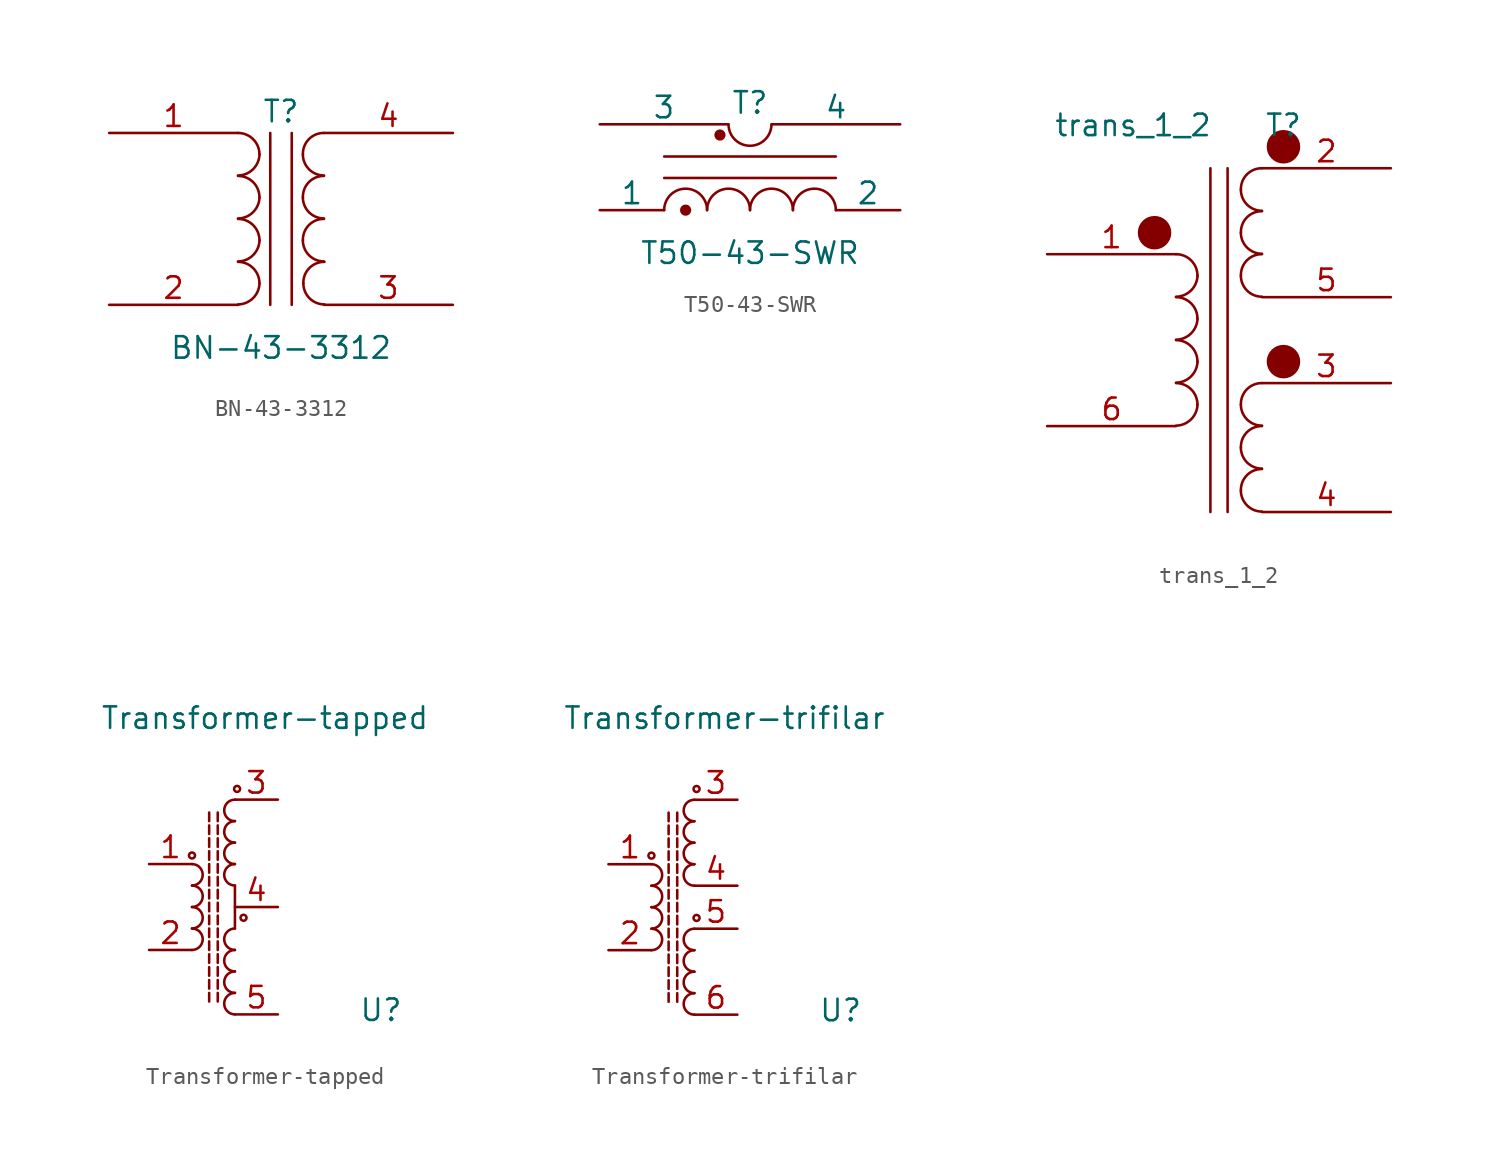
<source format=kicad_sym>
(kicad_symbol_lib
  (version 20211014)
  (generator kicad_symbol_editor)
  (symbol "BN-43-3312"
    (pin_names
      (offset 1.016) hide)
    (property "Reference" "T"
      (at 0 6.35 0)
      (effects (font (size 1.27 1.27))))
    (property "Value" "BN-43-3312"
      (at 0 -7.62 0)
      (effects (font (size 1.27 1.27))))
    (symbol "BN-43-3312_0_1"
      (arc (start -2.54 -5.0546) (mid -1.6561 -4.6863) (end -1.27 -3.81) (stroke (width 0) (type default) (color 0 0 0 0)) (fill (type none)))
      (arc (start -2.54 -2.5146) (mid -1.6561 -2.1463) (end -1.27 -1.27) (stroke (width 0) (type default) (color 0 0 0 0)) (fill (type none)))
      (arc (start -2.54 0.0254) (mid -1.6561 0.3937) (end -1.27 1.27) (stroke (width 0) (type default) (color 0 0 0 0)) (fill (type none)))
      (arc (start -2.54 2.5654) (mid -1.6561 2.9337) (end -1.27 3.81) (stroke (width 0) (type default) (color 0 0 0 0)) (fill (type none)))
      (arc (start -1.27 -3.81) (mid -1.642 -2.912) (end -2.54 -2.54) (stroke (width 0) (type default) (color 0 0 0 0)) (fill (type none)))
      (arc (start -1.27 -1.27) (mid -1.642 -0.372) (end -2.54 0) (stroke (width 0) (type default) (color 0 0 0 0)) (fill (type none)))
      (arc (start -1.27 1.27) (mid -1.642 2.168) (end -2.54 2.54) (stroke (width 0) (type default) (color 0 0 0 0)) (fill (type none)))
      (arc (start -1.27 3.81) (mid -1.642 4.708) (end -2.54 5.08) (stroke (width 0) (type default) (color 0 0 0 0)) (fill (type none)))
      (polyline (pts (xy -0.635 5.08) (xy -0.635 -5.08)) (stroke (width 0) (type default) (color 0 0 0 0)) (fill (type none)))
      (polyline (pts (xy 0.635 -5.08) (xy 0.635 5.08)) (stroke (width 0) (type default) (color 0 0 0 0)) (fill (type none)))
      (arc (start 1.2954 -1.27) (mid 1.6599 -2.1501) (end 2.54 -2.5146) (stroke (width 0) (type default) (color 0 0 0 0)) (fill (type none)))
      (arc (start 1.2954 1.27) (mid 1.6599 0.3899) (end 2.54 0.0254) (stroke (width 0) (type default) (color 0 0 0 0)) (fill (type none)))
      (arc (start 1.2954 3.81) (mid 1.6599 2.9299) (end 2.54 2.5654) (stroke (width 0) (type default) (color 0 0 0 0)) (fill (type none)))
      (arc (start 1.3208 -3.81) (mid 1.6853 -4.6901) (end 2.5654 -5.0546) (stroke (width 0) (type default) (color 0 0 0 0)) (fill (type none)))
      (arc (start 2.54 0) (mid 1.6456 -0.3683) (end 1.2954 -1.27) (stroke (width 0) (type default) (color 0 0 0 0)) (fill (type none)))
      (arc (start 2.54 2.54) (mid 1.6456 2.1717) (end 1.2954 1.27) (stroke (width 0) (type default) (color 0 0 0 0)) (fill (type none)))
      (arc (start 2.54 5.08) (mid 1.6456 4.7117) (end 1.2954 3.81) (stroke (width 0) (type default) (color 0 0 0 0)) (fill (type none)))
      (arc (start 2.5654 -2.54) (mid 1.671 -2.9083) (end 1.3208 -3.81) (stroke (width 0) (type default) (color 0 0 0 0)) (fill (type none))))
    (symbol "BN-43-3312_1_1"
      (pin passive line (at -10.16 5.08 0) (length 7.62) (name "AA" (effects (font (size 1.27 1.27)))) (number "1" (effects (font (size 1.27 1.27)))))
      (pin passive line (at -10.16 -5.08 0) (length 7.62) (name "AB" (effects (font (size 1.27 1.27)))) (number "2" (effects (font (size 1.27 1.27)))))
      (pin passive line (at 10.16 -5.08 180) (length 7.62) (name "SA" (effects (font (size 1.27 1.27)))) (number "3" (effects (font (size 1.27 1.27)))))
      (pin passive line (at 10.16 5.08 180) (length 7.62) (name "SB" (effects (font (size 1.27 1.27)))) (number "4" (effects (font (size 1.27 1.27)))))))
  (symbol "T50-43-SWR"
    (pin_numbers hide)
    (pin_names
      (offset 0))
    (property "Reference" "T"
      (at 0 6.35 0)
      (effects (font (size 1.27 1.27))))
    (property "Value" "T50-43-SWR"
      (at 0 -2.54 0)
      (effects (font (size 1.27 1.27))))
    (symbol "T50-43-SWR_0_1"
      (circle (center -3.81 0) (radius 0.254) (stroke (width 0) (type default) (color 0 0 0 0)) (fill (type outline)))
      (arc (start -2.54 0) (mid -3.81 1.27) (end -5.08 0) (stroke (width 0) (type default) (color 0 0 0 0)) (fill (type none)))
      (circle (center -1.778 4.445) (radius 0.254) (stroke (width 0) (type default) (color 0 0 0 0)) (fill (type outline)))
      (arc (start -1.27 5.08) (mid 0 3.81) (end 1.27 5.08) (stroke (width 0) (type default) (color 0 0 0 0)) (fill (type none)))
      (arc (start 0 0) (mid -1.27 1.27) (end -2.54 0) (stroke (width 0) (type default) (color 0 0 0 0)) (fill (type none)))
      (polyline (pts (xy -5.08 1.905) (xy 5.08 1.905)) (stroke (width 0) (type default) (color 0 0 0 0)) (fill (type none)))
      (polyline (pts (xy -5.08 3.175) (xy 5.08 3.175)) (stroke (width 0) (type default) (color 0 0 0 0)) (fill (type none)))
      (arc (start 2.54 0) (mid 1.27 1.27) (end 0 0) (stroke (width 0) (type default) (color 0 0 0 0)) (fill (type none)))
      (arc (start 5.08 0) (mid 3.81 1.27) (end 2.54 0) (stroke (width 0) (type default) (color 0 0 0 0)) (fill (type none))))
    (symbol "T50-43-SWR_1_1"
      (pin passive line (at -8.89 0 0) (length 3.81) (name "1" (effects (font (size 1.27 1.27)))) (number "1" (effects (font (size 1.27 1.27)))))
      (pin passive line (at 8.89 0 180) (length 3.81) (name "2" (effects (font (size 1.27 1.27)))) (number "2" (effects (font (size 1.27 1.27)))))
      (pin passive line (at -8.89 5.08 0) (length 7.595) (name "3" (effects (font (size 1.27 1.27)))) (number "3" (effects (font (size 1.27 1.27)))))
      (pin passive line (at 8.89 5.08 180) (length 7.595) (name "4" (effects (font (size 1.27 1.27)))) (number "4" (effects (font (size 1.27 1.27)))))))
  (symbol "trans_1_2"
    (pin_names
      (offset 1.016))
    (property "Reference" "T"
      (at 3.81 -2.54 0)
      (effects (font (size 1.27 1.27))))
    (property "Value" "trans_1_2"
      (at -5.08 -2.54 0)
      (effects (font (size 1.27 1.27))))
    (symbol "trans_1_2_0_1"
      (circle (center -3.81 -8.89) (radius 0.0001) (stroke (width 0.991) (type default) (color 0 0 0 0)) (fill (type none)))
      (circle (center 3.81 -16.51) (radius 0.0001) (stroke (width 0.991) (type default) (color 0 0 0 0)) (fill (type none)))
      (circle (center 3.81 -3.81) (radius 0.0001) (stroke (width 0.991) (type default) (color 0 0 0 0)) (fill (type none))))
    (symbol "trans_1_2_1_1"
      (arc (start -2.54 -20.2946) (mid -1.6561 -19.9263) (end -1.27 -19.05) (stroke (width 0) (type default) (color 0 0 0 0)) (fill (type none)))
      (arc (start -2.54 -17.7546) (mid -1.6561 -17.3863) (end -1.27 -16.51) (stroke (width 0) (type default) (color 0 0 0 0)) (fill (type none)))
      (arc (start -2.54 -15.2146) (mid -1.6561 -14.8463) (end -1.27 -13.97) (stroke (width 0) (type default) (color 0 0 0 0)) (fill (type none)))
      (arc (start -2.54 -12.6746) (mid -1.6561 -12.3063) (end -1.27 -11.43) (stroke (width 0) (type default) (color 0 0 0 0)) (fill (type none)))
      (arc (start -1.27 -19.05) (mid -1.642 -18.152) (end -2.54 -17.78) (stroke (width 0) (type default) (color 0 0 0 0)) (fill (type none)))
      (arc (start -1.27 -16.51) (mid -1.642 -15.612) (end -2.54 -15.24) (stroke (width 0) (type default) (color 0 0 0 0)) (fill (type none)))
      (arc (start -1.27 -13.97) (mid -1.642 -13.072) (end -2.54 -12.7) (stroke (width 0) (type default) (color 0 0 0 0)) (fill (type none)))
      (arc (start -1.27 -11.43) (mid -1.642 -10.532) (end -2.54 -10.16) (stroke (width 0) (type default) (color 0 0 0 0)) (fill (type none)))
      (polyline (pts (xy -0.508 -25.4) (xy -0.508 -5.08)) (stroke (width 0) (type default) (color 0 0 0 0)) (fill (type none)))
      (polyline (pts (xy 0.508 -5.08) (xy 0.508 -25.4)) (stroke (width 0) (type default) (color 0 0 0 0)) (fill (type none)))
      (arc (start 1.2954 -24.13) (mid 1.6599 -25.0101) (end 2.54 -25.3746) (stroke (width 0) (type default) (color 0 0 0 0)) (fill (type none)))
      (arc (start 1.2954 -21.59) (mid 1.6599 -22.4701) (end 2.54 -22.8346) (stroke (width 0) (type default) (color 0 0 0 0)) (fill (type none)))
      (arc (start 1.2954 -19.05) (mid 1.6599 -19.9301) (end 2.54 -20.2946) (stroke (width 0) (type default) (color 0 0 0 0)) (fill (type none)))
      (arc (start 1.2954 -11.43) (mid 1.6599 -12.3101) (end 2.54 -12.6746) (stroke (width 0) (type default) (color 0 0 0 0)) (fill (type none)))
      (arc (start 1.2954 -8.89) (mid 1.6599 -9.7701) (end 2.54 -10.1346) (stroke (width 0) (type default) (color 0 0 0 0)) (fill (type none)))
      (arc (start 1.2954 -6.35) (mid 1.6599 -7.2301) (end 2.54 -7.5946) (stroke (width 0) (type default) (color 0 0 0 0)) (fill (type none)))
      (arc (start 2.54 -22.86) (mid 1.6456 -23.2283) (end 1.2954 -24.13) (stroke (width 0) (type default) (color 0 0 0 0)) (fill (type none)))
      (arc (start 2.54 -20.32) (mid 1.6456 -20.6883) (end 1.2954 -21.59) (stroke (width 0) (type default) (color 0 0 0 0)) (fill (type none)))
      (arc (start 2.54 -17.78) (mid 1.6456 -18.1483) (end 1.2954 -19.05) (stroke (width 0) (type default) (color 0 0 0 0)) (fill (type none)))
      (arc (start 2.54 -10.16) (mid 1.6456 -10.5283) (end 1.2954 -11.43) (stroke (width 0) (type default) (color 0 0 0 0)) (fill (type none)))
      (arc (start 2.54 -7.62) (mid 1.6456 -7.9883) (end 1.2954 -8.89) (stroke (width 0) (type default) (color 0 0 0 0)) (fill (type none)))
      (arc (start 2.54 -5.08) (mid 1.6456 -5.4483) (end 1.2954 -6.35) (stroke (width 0) (type default) (color 0 0 0 0)) (fill (type none)))
      (pin passive line (at -10.16 -10.16 0) (length 7.62) (name "~" (effects (font (size 1.27 1.27)))) (number "1" (effects (font (size 1.27 1.27)))))
      (pin passive line (at 10.16 -5.08 180) (length 7.62) (name "~" (effects (font (size 1.27 1.27)))) (number "2" (effects (font (size 1.27 1.27)))))
      (pin passive line (at 10.16 -17.78 180) (length 7.62) (name "~" (effects (font (size 1.27 1.27)))) (number "3" (effects (font (size 1.27 1.27)))))
      (pin passive line (at 10.16 -25.4 180) (length 7.62) (name "~" (effects (font (size 1.27 1.27)))) (number "4" (effects (font (size 1.27 1.27)))))
      (pin passive line (at 10.16 -12.7 180) (length 7.62) (name "~" (effects (font (size 1.27 1.27)))) (number "5" (effects (font (size 1.27 1.27)))))
      (pin passive line (at -10.16 -20.32 0) (length 7.62) (name "~" (effects (font (size 1.27 1.27)))) (number "6" (effects (font (size 1.27 1.27)))))))
  (symbol "Transformer-tapped"
    (pin_names
      (offset 1.016))
    (property "Reference" "U"
      (at 9.906 -6.096 0)
      (effects (font (size 1.27 1.27))))
    (property "Value" "Transformer-tapped"
      (at 3.048 11.176 0)
      (effects (font (size 1.27 1.27))))
    (symbol "Transformer-tapped_0_1"
      (arc (start -1.27 -2.54) (mid -0.635 -1.905) (end -1.27 -1.27) (stroke (width 0) (type default) (color 0 0 0 0)) (fill (type none)))
      (arc (start -1.27 -1.27) (mid -0.635 -0.635) (end -1.27 0) (stroke (width 0) (type default) (color 0 0 0 0)) (fill (type none)))
      (arc (start -1.27 0) (mid -0.635 0.635) (end -1.27 1.27) (stroke (width 0) (type default) (color 0 0 0 0)) (fill (type none)))
      (arc (start -1.27 1.27) (mid -0.635 1.905) (end -1.27 2.54) (stroke (width 0) (type default) (color 0 0 0 0)) (fill (type none)))
      (circle (center -1.27 3.048) (radius 0.178) (stroke (width 0) (type default) (color 0 0 0 0)) (fill (type none)))
      (polyline (pts (xy -0.254 1.016) (xy -0.254 0.508)) (stroke (width 0) (type default) (color 0 0 0 0)) (fill (type none)))
      (polyline (pts (xy -0.254 1.778) (xy -0.254 1.27)) (stroke (width 0) (type default) (color 0 0 0 0)) (fill (type none)))
      (polyline (pts (xy -0.254 2.54) (xy -0.254 2.032)) (stroke (width 0) (type default) (color 0 0 0 0)) (fill (type none)))
      (polyline (pts (xy -0.254 3.302) (xy -0.254 2.794)) (stroke (width 0) (type default) (color 0 0 0 0)) (fill (type none)))
      (polyline (pts (xy -0.254 4.064) (xy -0.254 3.556)) (stroke (width 0) (type default) (color 0 0 0 0)) (fill (type none)))
      (polyline (pts (xy -0.254 4.826) (xy -0.254 4.318)) (stroke (width 0) (type default) (color 0 0 0 0)) (fill (type none)))
      (polyline (pts (xy -0.254 5.588) (xy -0.254 5.08)) (stroke (width 0) (type default) (color 0 0 0 0)) (fill (type none)))
      (polyline (pts (xy 1.27 -1.27) (xy 1.27 1.27)) (stroke (width 0) (type default) (color 0 0 0 0)) (fill (type none)))
      (circle (center 1.397 6.985) (radius 0.178) (stroke (width 0) (type default) (color 0 0 0 0)) (fill (type none)))
      (circle (center 1.778 -0.635) (radius 0.178) (stroke (width 0) (type default) (color 0 0 0 0)) (fill (type none))))
    (symbol "Transformer-tapped_1_1"
      (polyline (pts (xy -0.254 -5.08) (xy -0.254 -5.588)) (stroke (width 0) (type default) (color 0 0 0 0)) (fill (type none)))
      (polyline (pts (xy -0.254 -4.318) (xy -0.254 -4.826)) (stroke (width 0) (type default) (color 0 0 0 0)) (fill (type none)))
      (polyline (pts (xy -0.254 -3.556) (xy -0.254 -4.064)) (stroke (width 0) (type default) (color 0 0 0 0)) (fill (type none)))
      (polyline (pts (xy -0.254 -2.794) (xy -0.254 -3.302)) (stroke (width 0) (type default) (color 0 0 0 0)) (fill (type none)))
      (polyline (pts (xy -0.254 -2.032) (xy -0.254 -2.54)) (stroke (width 0) (type default) (color 0 0 0 0)) (fill (type none)))
      (polyline (pts (xy -0.254 -1.27) (xy -0.254 -1.778)) (stroke (width 0) (type default) (color 0 0 0 0)) (fill (type none)))
      (polyline (pts (xy -0.254 -0.508) (xy -0.254 -1.016)) (stroke (width 0) (type default) (color 0 0 0 0)) (fill (type none)))
      (polyline (pts (xy -0.254 0.254) (xy -0.254 -0.254)) (stroke (width 0) (type default) (color 0 0 0 0)) (fill (type none)))
      (polyline (pts (xy 0.254 -5.08) (xy 0.254 -5.588)) (stroke (width 0) (type default) (color 0 0 0 0)) (fill (type none)))
      (polyline (pts (xy 0.254 -4.318) (xy 0.254 -4.826)) (stroke (width 0) (type default) (color 0 0 0 0)) (fill (type none)))
      (polyline (pts (xy 0.254 -3.556) (xy 0.254 -4.064)) (stroke (width 0) (type default) (color 0 0 0 0)) (fill (type none)))
      (polyline (pts (xy 0.254 -2.794) (xy 0.254 -3.302)) (stroke (width 0) (type default) (color 0 0 0 0)) (fill (type none)))
      (polyline (pts (xy 0.254 -2.032) (xy 0.254 -2.54)) (stroke (width 0) (type default) (color 0 0 0 0)) (fill (type none)))
      (polyline (pts (xy 0.254 -1.27) (xy 0.254 -1.778)) (stroke (width 0) (type default) (color 0 0 0 0)) (fill (type none)))
      (polyline (pts (xy 0.254 -0.508) (xy 0.254 -1.016)) (stroke (width 0) (type default) (color 0 0 0 0)) (fill (type none)))
      (polyline (pts (xy 0.254 0.254) (xy 0.254 -0.254)) (stroke (width 0) (type default) (color 0 0 0 0)) (fill (type none)))
      (polyline (pts (xy 0.254 1.016) (xy 0.254 0.508)) (stroke (width 0) (type default) (color 0 0 0 0)) (fill (type none)))
      (polyline (pts (xy 0.254 1.778) (xy 0.254 1.27)) (stroke (width 0) (type default) (color 0 0 0 0)) (fill (type none)))
      (polyline (pts (xy 0.254 2.54) (xy 0.254 2.032)) (stroke (width 0) (type default) (color 0 0 0 0)) (fill (type none)))
      (polyline (pts (xy 0.254 3.302) (xy 0.254 2.794)) (stroke (width 0) (type default) (color 0 0 0 0)) (fill (type none)))
      (polyline (pts (xy 0.254 4.064) (xy 0.254 3.556)) (stroke (width 0) (type default) (color 0 0 0 0)) (fill (type none)))
      (polyline (pts (xy 0.254 4.826) (xy 0.254 4.318)) (stroke (width 0) (type default) (color 0 0 0 0)) (fill (type none)))
      (polyline (pts (xy 0.254 5.588) (xy 0.254 5.08)) (stroke (width 0) (type default) (color 0 0 0 0)) (fill (type none)))
      (arc (start 1.27 -5.08) (mid 0.635 -5.715) (end 1.27 -6.35) (stroke (width 0) (type default) (color 0 0 0 0)) (fill (type none)))
      (arc (start 1.27 -3.81) (mid 0.635 -4.445) (end 1.27 -5.08) (stroke (width 0) (type default) (color 0 0 0 0)) (fill (type none)))
      (arc (start 1.27 -2.54) (mid 0.635 -3.175) (end 1.27 -3.81) (stroke (width 0) (type default) (color 0 0 0 0)) (fill (type none)))
      (arc (start 1.27 -1.27) (mid 0.635 -1.905) (end 1.27 -2.54) (stroke (width 0) (type default) (color 0 0 0 0)) (fill (type none)))
      (arc (start 1.27 2.54) (mid 0.635 1.905) (end 1.27 1.27) (stroke (width 0) (type default) (color 0 0 0 0)) (fill (type none)))
      (arc (start 1.27 3.81) (mid 0.635 3.175) (end 1.27 2.54) (stroke (width 0) (type default) (color 0 0 0 0)) (fill (type none)))
      (arc (start 1.27 5.08) (mid 0.635 4.445) (end 1.27 3.81) (stroke (width 0) (type default) (color 0 0 0 0)) (fill (type none)))
      (arc (start 1.27 6.35) (mid 0.635 5.715) (end 1.27 5.08) (stroke (width 0) (type default) (color 0 0 0 0)) (fill (type none)))
      (pin input line (at -3.81 2.54 0) (length 2.54) (name "~" (effects (font (size 1.27 1.27)))) (number "1" (effects (font (size 1.27 1.27)))))
      (pin input line (at -3.81 -2.54 0) (length 2.54) (name "~" (effects (font (size 1.27 1.27)))) (number "2" (effects (font (size 1.27 1.27)))))
      (pin input line (at 3.81 6.35 180) (length 2.54) (name "~" (effects (font (size 1.27 1.27)))) (number "3" (effects (font (size 1.27 1.27)))))
      (pin input line (at 3.81 0 180) (length 2.54) (name "~" (effects (font (size 1.27 1.27)))) (number "4" (effects (font (size 1.27 1.27)))))
      (pin input line (at 3.81 -6.35 180) (length 2.54) (name "~" (effects (font (size 1.27 1.27)))) (number "5" (effects (font (size 1.27 1.27)))))))
  (symbol "Transformer-trifilar"
    (pin_names
      (offset 1.016))
    (property "Reference" "U"
      (at 9.906 -6.096 0)
      (effects (font (size 1.27 1.27))))
    (property "Value" "Transformer-trifilar"
      (at 3.048 11.176 0)
      (effects (font (size 1.27 1.27))))
    (symbol "Transformer-trifilar_0_1"
      (arc (start -1.27 -2.54) (mid -0.635 -1.905) (end -1.27 -1.27) (stroke (width 0) (type default) (color 0 0 0 0)) (fill (type none)))
      (arc (start -1.27 -1.27) (mid -0.635 -0.635) (end -1.27 0) (stroke (width 0) (type default) (color 0 0 0 0)) (fill (type none)))
      (arc (start -1.27 0) (mid -0.635 0.635) (end -1.27 1.27) (stroke (width 0) (type default) (color 0 0 0 0)) (fill (type none)))
      (arc (start -1.27 1.27) (mid -0.635 1.905) (end -1.27 2.54) (stroke (width 0) (type default) (color 0 0 0 0)) (fill (type none)))
      (circle (center -1.27 3.048) (radius 0.178) (stroke (width 0) (type default) (color 0 0 0 0)) (fill (type none)))
      (polyline (pts (xy -0.254 1.016) (xy -0.254 0.508)) (stroke (width 0) (type default) (color 0 0 0 0)) (fill (type none)))
      (polyline (pts (xy -0.254 1.778) (xy -0.254 1.27)) (stroke (width 0) (type default) (color 0 0 0 0)) (fill (type none)))
      (polyline (pts (xy -0.254 2.54) (xy -0.254 2.032)) (stroke (width 0) (type default) (color 0 0 0 0)) (fill (type none)))
      (polyline (pts (xy -0.254 3.302) (xy -0.254 2.794)) (stroke (width 0) (type default) (color 0 0 0 0)) (fill (type none)))
      (polyline (pts (xy -0.254 4.064) (xy -0.254 3.556)) (stroke (width 0) (type default) (color 0 0 0 0)) (fill (type none)))
      (polyline (pts (xy -0.254 4.826) (xy -0.254 4.318)) (stroke (width 0) (type default) (color 0 0 0 0)) (fill (type none)))
      (polyline (pts (xy -0.254 5.588) (xy -0.254 5.08)) (stroke (width 0) (type default) (color 0 0 0 0)) (fill (type none)))
      (circle (center 1.397 -0.635) (radius 0.178) (stroke (width 0) (type default) (color 0 0 0 0)) (fill (type none)))
      (circle (center 1.397 6.985) (radius 0.178) (stroke (width 0) (type default) (color 0 0 0 0)) (fill (type none))))
    (symbol "Transformer-trifilar_1_1"
      (polyline (pts (xy -0.254 -5.08) (xy -0.254 -5.588)) (stroke (width 0) (type default) (color 0 0 0 0)) (fill (type none)))
      (polyline (pts (xy -0.254 -4.318) (xy -0.254 -4.826)) (stroke (width 0) (type default) (color 0 0 0 0)) (fill (type none)))
      (polyline (pts (xy -0.254 -3.556) (xy -0.254 -4.064)) (stroke (width 0) (type default) (color 0 0 0 0)) (fill (type none)))
      (polyline (pts (xy -0.254 -2.794) (xy -0.254 -3.302)) (stroke (width 0) (type default) (color 0 0 0 0)) (fill (type none)))
      (polyline (pts (xy -0.254 -2.032) (xy -0.254 -2.54)) (stroke (width 0) (type default) (color 0 0 0 0)) (fill (type none)))
      (polyline (pts (xy -0.254 -1.27) (xy -0.254 -1.778)) (stroke (width 0) (type default) (color 0 0 0 0)) (fill (type none)))
      (polyline (pts (xy -0.254 -0.508) (xy -0.254 -1.016)) (stroke (width 0) (type default) (color 0 0 0 0)) (fill (type none)))
      (polyline (pts (xy -0.254 0.254) (xy -0.254 -0.254)) (stroke (width 0) (type default) (color 0 0 0 0)) (fill (type none)))
      (polyline (pts (xy 0.254 -5.08) (xy 0.254 -5.588)) (stroke (width 0) (type default) (color 0 0 0 0)) (fill (type none)))
      (polyline (pts (xy 0.254 -4.318) (xy 0.254 -4.826)) (stroke (width 0) (type default) (color 0 0 0 0)) (fill (type none)))
      (polyline (pts (xy 0.254 -3.556) (xy 0.254 -4.064)) (stroke (width 0) (type default) (color 0 0 0 0)) (fill (type none)))
      (polyline (pts (xy 0.254 -2.794) (xy 0.254 -3.302)) (stroke (width 0) (type default) (color 0 0 0 0)) (fill (type none)))
      (polyline (pts (xy 0.254 -2.032) (xy 0.254 -2.54)) (stroke (width 0) (type default) (color 0 0 0 0)) (fill (type none)))
      (polyline (pts (xy 0.254 -1.27) (xy 0.254 -1.778)) (stroke (width 0) (type default) (color 0 0 0 0)) (fill (type none)))
      (polyline (pts (xy 0.254 -0.508) (xy 0.254 -1.016)) (stroke (width 0) (type default) (color 0 0 0 0)) (fill (type none)))
      (polyline (pts (xy 0.254 0.254) (xy 0.254 -0.254)) (stroke (width 0) (type default) (color 0 0 0 0)) (fill (type none)))
      (polyline (pts (xy 0.254 1.016) (xy 0.254 0.508)) (stroke (width 0) (type default) (color 0 0 0 0)) (fill (type none)))
      (polyline (pts (xy 0.254 1.778) (xy 0.254 1.27)) (stroke (width 0) (type default) (color 0 0 0 0)) (fill (type none)))
      (polyline (pts (xy 0.254 2.54) (xy 0.254 2.032)) (stroke (width 0) (type default) (color 0 0 0 0)) (fill (type none)))
      (polyline (pts (xy 0.254 3.302) (xy 0.254 2.794)) (stroke (width 0) (type default) (color 0 0 0 0)) (fill (type none)))
      (polyline (pts (xy 0.254 4.064) (xy 0.254 3.556)) (stroke (width 0) (type default) (color 0 0 0 0)) (fill (type none)))
      (polyline (pts (xy 0.254 4.826) (xy 0.254 4.318)) (stroke (width 0) (type default) (color 0 0 0 0)) (fill (type none)))
      (polyline (pts (xy 0.254 5.588) (xy 0.254 5.08)) (stroke (width 0) (type default) (color 0 0 0 0)) (fill (type none)))
      (arc (start 1.27 -5.08) (mid 0.635 -5.715) (end 1.27 -6.35) (stroke (width 0) (type default) (color 0 0 0 0)) (fill (type none)))
      (arc (start 1.27 -3.81) (mid 0.635 -4.445) (end 1.27 -5.08) (stroke (width 0) (type default) (color 0 0 0 0)) (fill (type none)))
      (arc (start 1.27 -2.54) (mid 0.635 -3.175) (end 1.27 -3.81) (stroke (width 0) (type default) (color 0 0 0 0)) (fill (type none)))
      (arc (start 1.27 -1.27) (mid 0.635 -1.905) (end 1.27 -2.54) (stroke (width 0) (type default) (color 0 0 0 0)) (fill (type none)))
      (arc (start 1.27 2.54) (mid 0.635 1.905) (end 1.27 1.27) (stroke (width 0) (type default) (color 0 0 0 0)) (fill (type none)))
      (arc (start 1.27 3.81) (mid 0.635 3.175) (end 1.27 2.54) (stroke (width 0) (type default) (color 0 0 0 0)) (fill (type none)))
      (arc (start 1.27 5.08) (mid 0.635 4.445) (end 1.27 3.81) (stroke (width 0) (type default) (color 0 0 0 0)) (fill (type none)))
      (arc (start 1.27 6.35) (mid 0.635 5.715) (end 1.27 5.08) (stroke (width 0) (type default) (color 0 0 0 0)) (fill (type none)))
      (pin input line (at -3.81 2.54 0) (length 2.54) (name "~" (effects (font (size 1.27 1.27)))) (number "1" (effects (font (size 1.27 1.27)))))
      (pin input line (at -3.81 -2.54 0) (length 2.54) (name "~" (effects (font (size 1.27 1.27)))) (number "2" (effects (font (size 1.27 1.27)))))
      (pin input line (at 3.81 6.35 180) (length 2.54) (name "~" (effects (font (size 1.27 1.27)))) (number "3" (effects (font (size 1.27 1.27)))))
      (pin input line (at 3.81 1.27 180) (length 2.54) (name "~" (effects (font (size 1.27 1.27)))) (number "4" (effects (font (size 1.27 1.27)))))
      (pin input line (at 3.81 -1.27 180) (length 2.54) (name "~" (effects (font (size 1.27 1.27)))) (number "5" (effects (font (size 1.27 1.27)))))
      (pin input line (at 3.81 -6.35 180) (length 2.54) (name "~" (effects (font (size 1.27 1.27)))) (number "6" (effects (font (size 1.27 1.27))))))))
</source>
